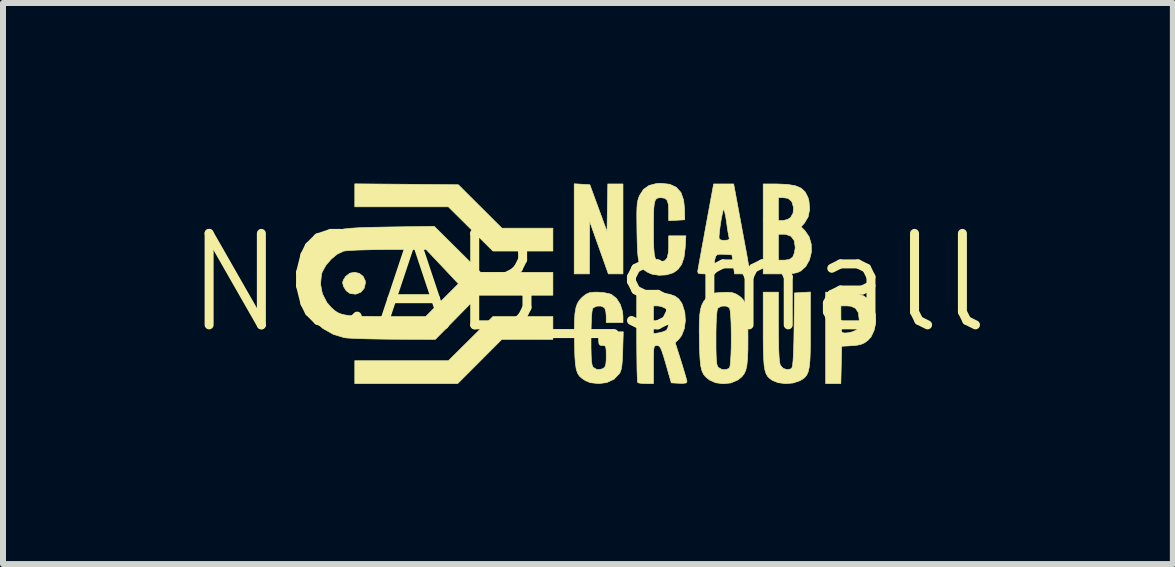
<source format=kicad_pcb>
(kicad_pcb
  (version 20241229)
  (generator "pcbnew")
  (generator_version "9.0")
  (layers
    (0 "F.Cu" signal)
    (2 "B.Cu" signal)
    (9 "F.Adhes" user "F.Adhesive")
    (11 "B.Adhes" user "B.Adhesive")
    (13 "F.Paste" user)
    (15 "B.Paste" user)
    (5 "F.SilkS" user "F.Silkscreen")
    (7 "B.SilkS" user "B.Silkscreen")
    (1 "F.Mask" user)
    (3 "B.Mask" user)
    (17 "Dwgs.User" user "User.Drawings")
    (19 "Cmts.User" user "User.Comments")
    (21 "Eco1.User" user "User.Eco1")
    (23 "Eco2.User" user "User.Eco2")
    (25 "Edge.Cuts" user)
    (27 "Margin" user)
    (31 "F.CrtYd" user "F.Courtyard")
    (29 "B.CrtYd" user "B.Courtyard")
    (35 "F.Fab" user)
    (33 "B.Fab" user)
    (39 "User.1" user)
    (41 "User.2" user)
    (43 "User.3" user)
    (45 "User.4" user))
  (footprint "NCAB_small"
    (layer "F.Cu")
    (at 6.749 1.667)
    (property "Reference" "NCAB_small" (at 0 0 0) (layer "F.SilkS") (effects (font (size 1.524 1.524) (thickness 0.15))))
    (attr through_hole)
    (fp_poly (pts (xy -3.023 -1.646) (xy -2.16 -1.638) (xy -1.434 -0.914) (xy -0.584 -0.914) (xy -0.584 -0.533) (xy -1.584 -0.533) (xy -1.955 -0.902) (xy -2.326 -1.27) (xy -3.886 -1.27) (xy -3.886 -1.653) (xy -3.023 -1.646)) (stroke (width 0.01) (type solid)) (fill yes) (layer "F.SilkS"))
    (fp_poly (pts (xy -0.584 0.94) (xy -1.436 0.94) (xy -1.803 1.308) (xy -2.171 1.676) (xy -3.886 1.676) (xy -3.886 1.295) (xy -2.326 1.295) (xy -1.955 0.927) (xy -1.584 0.559) (xy -0.584 0.559) (xy -0.584 0.94)) (stroke (width 0.01) (type solid)) (fill yes) (layer "F.SilkS"))
    (fp_poly (pts (xy 0.032 -1.638) (xy 0.318 -0.857) (xy 0.324 -1.254) (xy 0.331 -1.651) (xy 0.584 -1.651) (xy 0.584 -0.152) (xy 0.34 -0.152) (xy 0.028 -1.029) (xy 0.025 -0.152) (xy -0.229 -0.152) (xy -0.229 -1.654) (xy 0.032 -1.638)) (stroke (width 0.01) (type solid)) (fill yes) (layer "F.SilkS"))
    (fp_poly (pts (xy -3.809 -0.16) (xy -3.746 -0.11) (xy -3.711 -0.035) (xy -3.708 -0.003) (xy -3.73 0.089) (xy -3.788 0.155) (xy -3.87 0.186) (xy -3.964 0.175) (xy -3.965 0.175) (xy -4.029 0.129) (xy -4.075 0.055) (xy -4.089 -0.01) (xy -4.075 -0.052) (xy -4.039 -0.108) (xy -4.037 -0.111) (xy -3.968 -0.164) (xy -3.888 -0.179) (xy -3.809 -0.16)) (stroke (width 0.01) (type solid)) (fill yes) (layer "F.SilkS"))
    (fp_poly (pts (xy 4.346 0.159) (xy 4.487 0.179) (xy 4.593 0.214) (xy 4.672 0.268) (xy 4.696 0.293) (xy 4.758 0.396) (xy 4.79 0.522) (xy 4.794 0.657) (xy 4.77 0.787) (xy 4.719 0.897) (xy 4.67 0.952) (xy 4.611 0.996) (xy 4.55 1.023) (xy 4.471 1.039) (xy 4.358 1.047) (xy 4.356 1.047) (xy 4.229 1.054) (xy 4.215 1.676) (xy 3.962 1.676) (xy 3.962 0.381) (xy 4.216 0.381) (xy 4.216 0.593) (xy 4.219 0.692) (xy 4.224 0.772) (xy 4.232 0.818) (xy 4.235 0.823) (xy 4.276 0.834) (xy 4.342 0.829) (xy 4.414 0.811) (xy 4.472 0.784) (xy 4.489 0.769) (xy 4.508 0.719) (xy 4.52 0.642) (xy 4.521 0.605) (xy 4.507 0.494) (xy 4.461 0.422) (xy 4.382 0.386) (xy 4.318 0.381) (xy 4.216 0.381) (xy 3.962 0.381) (xy 3.962 0.152) (xy 4.164 0.152) (xy 4.346 0.159)) (stroke (width 0.01) (type solid)) (fill yes) (layer "F.SilkS"))
    (fp_poly (pts (xy 3.708 0.78) (xy 3.708 0.997) (xy 3.705 1.169) (xy 3.699 1.303) (xy 3.688 1.404) (xy 3.671 1.479) (xy 3.647 1.533) (xy 3.614 1.574) (xy 3.571 1.606) (xy 3.529 1.63) (xy 3.42 1.666) (xy 3.293 1.677) (xy 3.169 1.661) (xy 3.078 1.625) (xy 3.033 1.594) (xy 2.997 1.559) (xy 2.97 1.513) (xy 2.95 1.452) (xy 2.936 1.367) (xy 2.928 1.254) (xy 2.923 1.106) (xy 2.921 0.917) (xy 2.921 0.776) (xy 2.921 0.152) (xy 3.175 0.152) (xy 3.175 0.73) (xy 3.177 0.943) (xy 3.18 1.109) (xy 3.186 1.232) (xy 3.194 1.316) (xy 3.205 1.365) (xy 3.208 1.372) (xy 3.254 1.422) (xy 3.317 1.444) (xy 3.377 1.433) (xy 3.399 1.415) (xy 3.41 1.377) (xy 3.419 1.291) (xy 3.426 1.157) (xy 3.432 0.974) (xy 3.435 0.773) (xy 3.442 0.165) (xy 3.708 0.15) (xy 3.708 0.78)) (stroke (width 0.01) (type solid)) (fill yes) (layer "F.SilkS"))
    (fp_poly (pts (xy 3.32 -1.644) (xy 3.455 -1.622) (xy 3.553 -1.581) (xy 3.621 -1.517) (xy 3.667 -1.428) (xy 3.683 -1.372) (xy 3.696 -1.231) (xy 3.67 -1.102) (xy 3.607 -0.997) (xy 3.605 -0.995) (xy 3.552 -0.937) (xy 3.617 -0.872) (xy 3.687 -0.769) (xy 3.722 -0.646) (xy 3.724 -0.514) (xy 3.693 -0.387) (xy 3.632 -0.277) (xy 3.548 -0.202) (xy 3.502 -0.179) (xy 3.445 -0.164) (xy 3.366 -0.156) (xy 3.254 -0.153) (xy 3.194 -0.152) (xy 2.921 -0.152) (xy 2.921 -0.813) (xy 3.175 -0.813) (xy 3.175 -0.381) (xy 3.275 -0.381) (xy 3.355 -0.391) (xy 3.406 -0.426) (xy 3.415 -0.437) (xy 3.44 -0.499) (xy 3.454 -0.581) (xy 3.454 -0.603) (xy 3.437 -0.709) (xy 3.384 -0.779) (xy 3.299 -0.811) (xy 3.264 -0.813) (xy 3.175 -0.813) (xy 2.921 -0.813) (xy 2.921 -1.422) (xy 3.175 -1.422) (xy 3.175 -1.041) (xy 3.251 -1.041) (xy 3.326 -1.059) (xy 3.378 -1.092) (xy 3.419 -1.165) (xy 3.427 -1.256) (xy 3.402 -1.345) (xy 3.389 -1.366) (xy 3.334 -1.411) (xy 3.262 -1.422) (xy 3.175 -1.422) (xy 2.921 -1.422) (xy 2.921 -1.651) (xy 3.143 -1.651) (xy 3.32 -1.644)) (stroke (width 0.01) (type solid)) (fill yes) (layer "F.SilkS"))
    (fp_poly (pts (xy 2.475 -1.403) (xy 2.495 -1.294) (xy 2.522 -1.148) (xy 2.553 -0.982) (xy 2.585 -0.809) (xy 2.606 -0.695) (xy 2.634 -0.546) (xy 2.658 -0.413) (xy 2.676 -0.304) (xy 2.688 -0.227) (xy 2.692 -0.193) (xy 2.681 -0.168) (xy 2.64 -0.155) (xy 2.568 -0.152) (xy 2.443 -0.152) (xy 2.4 -0.47) (xy 2.269 -0.478) (xy 2.199 -0.48) (xy 2.155 -0.472) (xy 2.129 -0.444) (xy 2.113 -0.385) (xy 2.098 -0.287) (xy 2.096 -0.273) (xy 2.08 -0.152) (xy 1.951 -0.152) (xy 1.876 -0.154) (xy 1.839 -0.163) (xy 1.83 -0.187) (xy 1.834 -0.222) (xy 1.842 -0.265) (xy 1.857 -0.351) (xy 1.879 -0.472) (xy 1.906 -0.621) (xy 1.932 -0.761) (xy 2.184 -0.761) (xy 2.194 -0.727) (xy 2.233 -0.713) (xy 2.276 -0.711) (xy 2.339 -0.718) (xy 2.357 -0.738) (xy 2.355 -0.743) (xy 2.347 -0.782) (xy 2.333 -0.857) (xy 2.318 -0.957) (xy 2.311 -1.011) (xy 2.295 -1.111) (xy 2.279 -1.185) (xy 2.266 -1.224) (xy 2.26 -1.227) (xy 2.249 -1.194) (xy 2.234 -1.126) (xy 2.217 -1.035) (xy 2.202 -0.937) (xy 2.191 -0.845) (xy 2.185 -0.775) (xy 2.184 -0.761) (xy 1.932 -0.761) (xy 1.937 -0.79) (xy 1.97 -0.972) (xy 2.095 -1.651) (xy 2.262 -1.651) (xy 2.429 -1.651) (xy 2.475 -1.403)) (stroke (width 0.01) (type solid)) (fill yes) (layer "F.SilkS"))
    (fp_poly (pts (xy 1.364 -1.646) (xy 1.474 -1.595) (xy 1.551 -1.507) (xy 1.595 -1.381) (xy 1.61 -1.236) (xy 1.613 -1.054) (xy 1.48 -1.046) (xy 1.346 -1.039) (xy 1.346 -1.2) (xy 1.341 -1.31) (xy 1.32 -1.378) (xy 1.281 -1.413) (xy 1.219 -1.422) (xy 1.177 -1.42) (xy 1.145 -1.408) (xy 1.122 -1.38) (xy 1.107 -1.329) (xy 1.098 -1.25) (xy 1.094 -1.136) (xy 1.092 -0.98) (xy 1.092 -0.898) (xy 1.093 -0.718) (xy 1.097 -0.583) (xy 1.105 -0.486) (xy 1.119 -0.42) (xy 1.14 -0.381) (xy 1.17 -0.362) (xy 1.209 -0.356) (xy 1.219 -0.356) (xy 1.281 -0.371) (xy 1.321 -0.42) (xy 1.341 -0.509) (xy 1.346 -0.611) (xy 1.346 -0.787) (xy 1.632 -0.787) (xy 1.621 -0.588) (xy 1.601 -0.428) (xy 1.561 -0.309) (xy 1.498 -0.224) (xy 1.422 -0.171) (xy 1.31 -0.136) (xy 1.184 -0.129) (xy 1.065 -0.148) (xy 0.998 -0.177) (xy 0.943 -0.213) (xy 0.9 -0.251) (xy 0.869 -0.298) (xy 0.848 -0.361) (xy 0.834 -0.448) (xy 0.825 -0.565) (xy 0.82 -0.721) (xy 0.817 -0.854) (xy 0.815 -1.027) (xy 0.814 -1.157) (xy 0.817 -1.253) (xy 0.822 -1.324) (xy 0.832 -1.378) (xy 0.846 -1.423) (xy 0.859 -1.457) (xy 0.925 -1.56) (xy 1.018 -1.626) (xy 1.142 -1.658) (xy 1.219 -1.662) (xy 1.364 -1.646)) (stroke (width 0.01) (type solid)) (fill yes) (layer "F.SilkS"))
    (fp_poly (pts (xy 1.086 0.157) (xy 1.248 0.168) (xy 1.367 0.188) (xy 1.454 0.22) (xy 1.516 0.268) (xy 1.563 0.336) (xy 1.576 0.364) (xy 1.615 0.491) (xy 1.624 0.629) (xy 1.606 0.761) (xy 1.562 0.874) (xy 1.515 0.937) (xy 1.454 0.994) (xy 1.552 1.303) (xy 1.589 1.423) (xy 1.62 1.527) (xy 1.642 1.604) (xy 1.651 1.644) (xy 1.651 1.646) (xy 1.634 1.666) (xy 1.58 1.673) (xy 1.52 1.671) (xy 1.389 1.664) (xy 1.3 1.353) (xy 1.262 1.224) (xy 1.233 1.136) (xy 1.21 1.082) (xy 1.189 1.053) (xy 1.166 1.043) (xy 1.151 1.041) (xy 1.127 1.043) (xy 1.11 1.053) (xy 1.1 1.081) (xy 1.095 1.133) (xy 1.093 1.219) (xy 1.092 1.348) (xy 1.092 1.676) (xy 0.969 1.676) (xy 0.894 1.673) (xy 0.842 1.665) (xy 0.83 1.659) (xy 0.825 1.631) (xy 0.822 1.558) (xy 0.818 1.447) (xy 0.816 1.304) (xy 0.814 1.137) (xy 0.813 0.951) (xy 0.813 0.894) (xy 0.813 0.381) (xy 1.092 0.381) (xy 1.092 0.845) (xy 1.183 0.83) (xy 1.255 0.812) (xy 1.307 0.788) (xy 1.31 0.786) (xy 1.335 0.736) (xy 1.346 0.642) (xy 1.346 0.608) (xy 1.343 0.519) (xy 1.33 0.465) (xy 1.303 0.431) (xy 1.29 0.421) (xy 1.22 0.39) (xy 1.163 0.381) (xy 1.092 0.381) (xy 0.813 0.381) (xy 0.813 0.146) (xy 1.086 0.157)) (stroke (width 0.01) (type solid)) (fill yes) (layer "F.SilkS"))
    (fp_poly (pts (xy -1.789 -0.178) (xy -0.584 -0.178) (xy -0.584 0.203) (xy -1.82 0.203) (xy -2.182 0.572) (xy -2.544 0.94) (xy -3.234 0.937) (xy -3.424 0.935) (xy -3.604 0.932) (xy -3.767 0.928) (xy -3.902 0.923) (xy -4.003 0.917) (xy -4.058 0.912) (xy -4.243 0.856) (xy -4.417 0.758) (xy -4.57 0.624) (xy -4.692 0.463) (xy -4.739 0.374) (xy -4.779 0.275) (xy -4.802 0.185) (xy -4.811 0.08) (xy -4.812 0.019) (xy -4.457 0.019) (xy -4.426 0.179) (xy -4.351 0.325) (xy -4.276 0.411) (xy -4.229 0.453) (xy -4.184 0.486) (xy -4.132 0.511) (xy -4.069 0.529) (xy -3.986 0.542) (xy -3.878 0.55) (xy -3.738 0.555) (xy -3.56 0.557) (xy -3.365 0.558) (xy -2.704 0.559) (xy -2.432 0.285) (xy -2.159 0.012) (xy -2.428 -0.274) (xy -2.697 -0.559) (xy -3.336 -0.558) (xy -3.519 -0.557) (xy -3.689 -0.553) (xy -3.838 -0.549) (xy -3.958 -0.543) (xy -4.041 -0.536) (xy -4.073 -0.531) (xy -4.177 -0.482) (xy -4.279 -0.398) (xy -4.368 -0.294) (xy -4.429 -0.183) (xy -4.441 -0.144) (xy -4.457 0.019) (xy -4.812 0.019) (xy -4.812 0.013) (xy -4.791 -0.209) (xy -4.726 -0.407) (xy -4.616 -0.58) (xy -4.461 -0.729) (xy -4.426 -0.755) (xy -4.361 -0.799) (xy -4.299 -0.835) (xy -4.233 -0.863) (xy -4.157 -0.885) (xy -4.065 -0.901) (xy -3.95 -0.913) (xy -3.806 -0.922) (xy -3.627 -0.928) (xy -3.405 -0.932) (xy -3.306 -0.934) (xy -2.562 -0.945) (xy -1.789 -0.178)) (stroke (width 0.01) (type solid)) (fill yes) (layer "F.SilkS"))
    (fp_poly (pts (xy 2.407 0.161) (xy 2.465 0.182) (xy 2.498 0.201) (xy 2.552 0.24) (xy 2.594 0.287) (xy 2.624 0.35) (xy 2.645 0.433) (xy 2.658 0.546) (xy 2.665 0.694) (xy 2.667 0.885) (xy 2.667 0.921) (xy 2.666 1.112) (xy 2.66 1.259) (xy 2.649 1.37) (xy 2.631 1.453) (xy 2.602 1.515) (xy 2.563 1.564) (xy 2.51 1.607) (xy 2.492 1.619) (xy 2.383 1.665) (xy 2.254 1.679) (xy 2.127 1.662) (xy 2.029 1.618) (xy 1.973 1.575) (xy 1.931 1.528) (xy 1.901 1.468) (xy 1.881 1.387) (xy 1.869 1.277) (xy 1.861 1.13) (xy 1.858 1.018) (xy 1.857 0.924) (xy 2.134 0.924) (xy 2.134 1.089) (xy 2.137 1.212) (xy 2.142 1.298) (xy 2.149 1.355) (xy 2.161 1.39) (xy 2.174 1.408) (xy 2.236 1.442) (xy 2.307 1.443) (xy 2.357 1.417) (xy 2.369 1.381) (xy 2.377 1.304) (xy 2.384 1.196) (xy 2.388 1.067) (xy 2.389 0.927) (xy 2.388 0.787) (xy 2.385 0.655) (xy 2.379 0.543) (xy 2.37 0.459) (xy 2.359 0.415) (xy 2.357 0.411) (xy 2.301 0.384) (xy 2.232 0.385) (xy 2.175 0.411) (xy 2.16 0.43) (xy 2.151 0.473) (xy 2.143 0.558) (xy 2.137 0.679) (xy 2.134 0.826) (xy 2.134 0.924) (xy 1.857 0.924) (xy 1.855 0.816) (xy 1.856 0.657) (xy 1.863 0.534) (xy 1.876 0.441) (xy 1.897 0.369) (xy 1.926 0.311) (xy 1.965 0.261) (xy 1.968 0.259) (xy 2.016 0.21) (xy 2.06 0.181) (xy 2.118 0.166) (xy 2.205 0.158) (xy 2.231 0.157) (xy 2.335 0.154) (xy 2.407 0.161)) (stroke (width 0.01) (type solid)) (fill yes) (layer "F.SilkS"))
    (fp_poly (pts (xy 0.263 0.16) (xy 0.359 0.179) (xy 0.395 0.193) (xy 0.475 0.256) (xy 0.538 0.354) (xy 0.576 0.472) (xy 0.584 0.554) (xy 0.584 0.66) (xy 0.305 0.66) (xy 0.305 0.551) (xy 0.298 0.476) (xy 0.281 0.421) (xy 0.274 0.411) (xy 0.218 0.384) (xy 0.149 0.385) (xy 0.092 0.411) (xy 0.077 0.43) (xy 0.068 0.473) (xy 0.06 0.558) (xy 0.055 0.679) (xy 0.051 0.826) (xy 0.051 0.924) (xy 0.051 1.089) (xy 0.054 1.212) (xy 0.059 1.298) (xy 0.067 1.355) (xy 0.078 1.39) (xy 0.091 1.408) (xy 0.154 1.444) (xy 0.229 1.434) (xy 0.256 1.422) (xy 0.282 1.399) (xy 0.297 1.36) (xy 0.304 1.292) (xy 0.305 1.218) (xy 0.304 1.126) (xy 0.298 1.073) (xy 0.284 1.048) (xy 0.258 1.042) (xy 0.241 1.041) (xy 0.202 1.037) (xy 0.184 1.013) (xy 0.178 0.958) (xy 0.178 0.927) (xy 0.178 0.813) (xy 0.589 0.813) (xy 0.58 1.125) (xy 0.575 1.268) (xy 0.566 1.37) (xy 0.554 1.44) (xy 0.536 1.489) (xy 0.526 1.507) (xy 0.434 1.604) (xy 0.311 1.66) (xy 0.178 1.676) (xy 0.039 1.661) (xy -0.043 1.627) (xy -0.1 1.589) (xy -0.143 1.55) (xy -0.174 1.501) (xy -0.195 1.435) (xy -0.209 1.345) (xy -0.218 1.222) (xy -0.223 1.059) (xy -0.224 0.976) (xy -0.226 0.777) (xy -0.224 0.622) (xy -0.216 0.502) (xy -0.2 0.412) (xy -0.177 0.343) (xy -0.143 0.288) (xy -0.098 0.24) (xy -0.088 0.231) (xy -0.03 0.186) (xy 0.025 0.162) (xy 0.098 0.153) (xy 0.156 0.152) (xy 0.263 0.16)) (stroke (width 0.01) (type solid)) (fill yes) (layer "F.SilkS")))
  (gr_rect
    (start -3 -3)
    (end 16.498 6.351)
    (stroke (width 0.1) (type default))
    (fill no)
    (layer "Edge.Cuts")))
</source>
